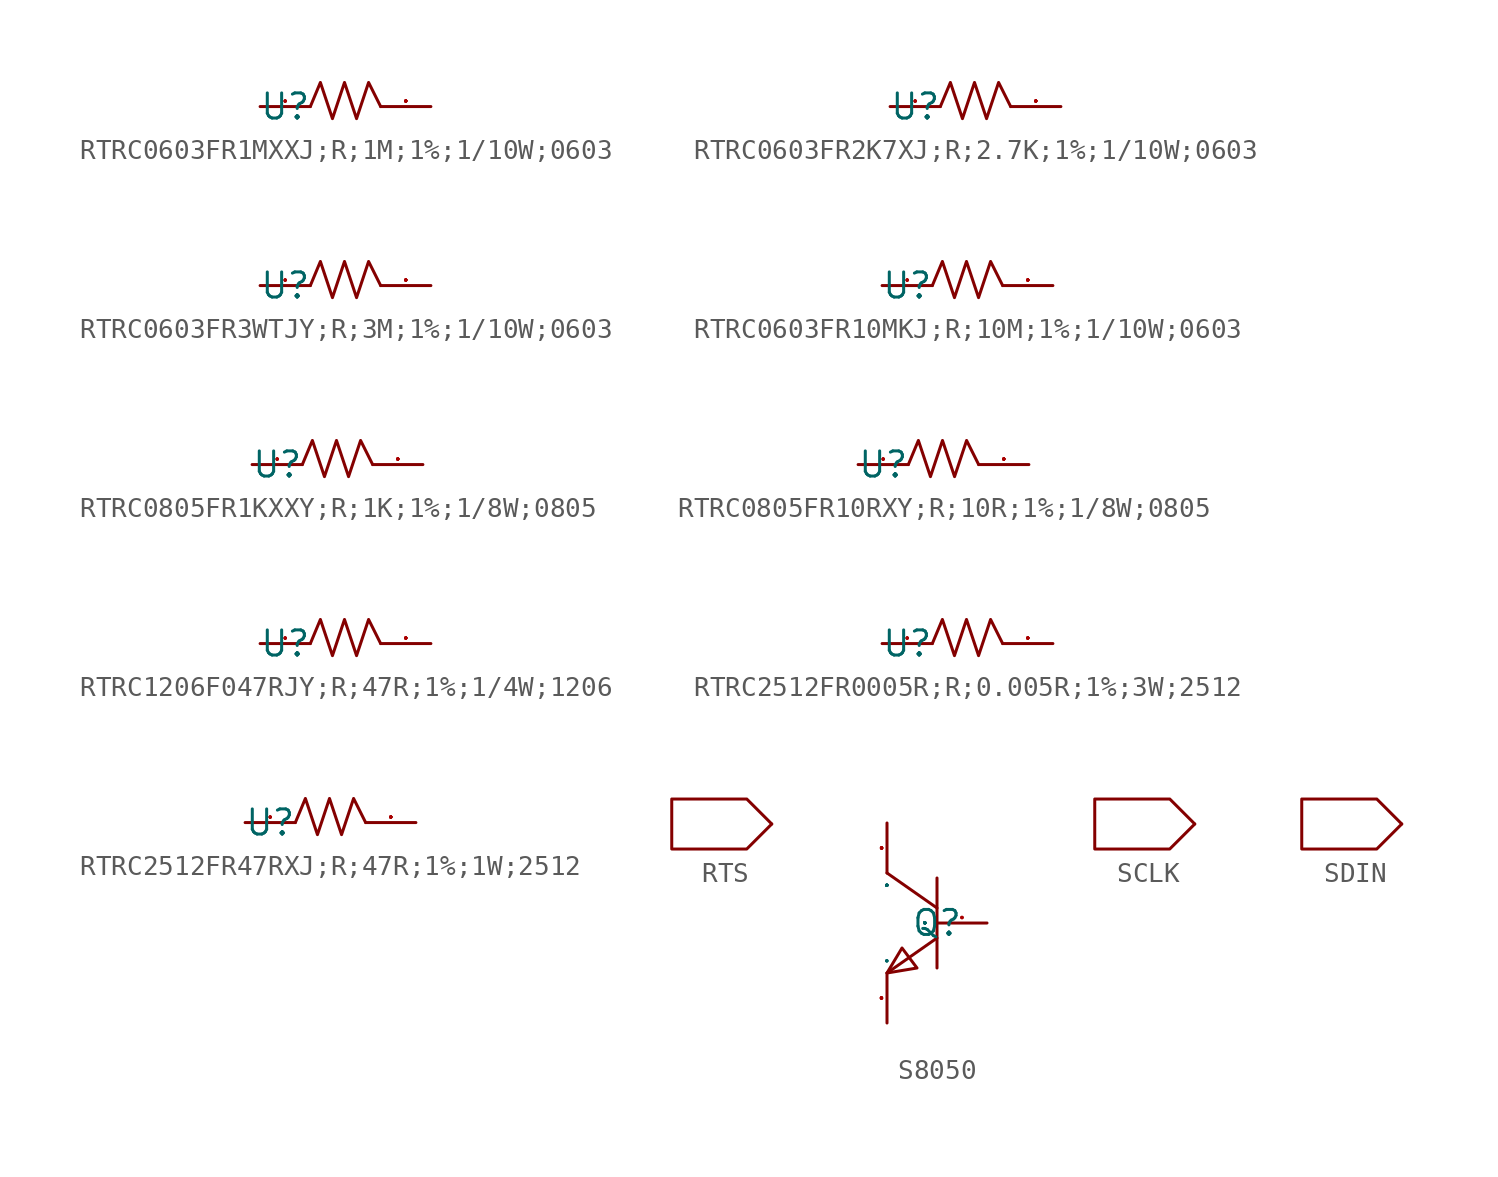
<source format=kicad_sym>
(kicad_symbol_lib
  (version 20231120)
  (generator "kicad_symbol_editor")
  (generator_version "8.0")
  (symbol "RTRC0603FR1MXXJ;R;1M;1%;1/10W;0603"
    (property "Reference" "U"
      (at 0 0 0)
      (effects (font (size 1.27 1.27))))
    (symbol "RTRC0603FR1MXXJ;R;1M;1%;1/10W;0603_1_0"
      (polyline (pts (xy 1.27 0) (xy 1.778 1.219) (xy 1.778 1.219) (xy 2.388 -0.61) (xy 2.388 -0.61) (xy 2.997 1.219) (xy 2.997 1.219) (xy 3.607 -0.61) (xy 3.607 -0.61) (xy 4.216 1.219) (xy 4.216 1.219) (xy 4.826 0)) (stroke (width 0) (type default)) (fill (type none)))
      (pin unspecified line (at -1.27 0 0) (length 2.54) (name "" (effects (font (size 0.025 0.025)))) (number "1" (effects (font (size 0.025 0.025)))))
      (pin unspecified line (at 7.366 0 180) (length 2.54) (name "" (effects (font (size 0.025 0.025)))) (number "2" (effects (font (size 0.025 0.025)))))))
  (symbol "RTRC0603FR2K7XJ;R;2.7K;1%;1/10W;0603"
    (property "Reference" "U"
      (at 0 0 0)
      (effects (font (size 1.27 1.27))))
    (symbol "RTRC0603FR2K7XJ;R;2.7K;1%;1/10W;0603_1_0"
      (polyline (pts (xy 1.27 0) (xy 1.778 1.219) (xy 1.778 1.219) (xy 2.388 -0.61) (xy 2.388 -0.61) (xy 2.997 1.219) (xy 2.997 1.219) (xy 3.607 -0.61) (xy 3.607 -0.61) (xy 4.216 1.219) (xy 4.216 1.219) (xy 4.826 0)) (stroke (width 0) (type default)) (fill (type none)))
      (pin unspecified line (at -1.27 0 0) (length 2.54) (name "" (effects (font (size 0.025 0.025)))) (number "1" (effects (font (size 0.025 0.025)))))
      (pin unspecified line (at 7.366 0 180) (length 2.54) (name "" (effects (font (size 0.025 0.025)))) (number "2" (effects (font (size 0.025 0.025)))))))
  (symbol "RTRC0603FR3WTJY;R;3M;1%;1/10W;0603"
    (property "Reference" "U"
      (at 0 0 0)
      (effects (font (size 1.27 1.27))))
    (symbol "RTRC0603FR3WTJY;R;3M;1%;1/10W;0603_1_0"
      (polyline (pts (xy 1.27 0) (xy 1.778 1.219) (xy 1.778 1.219) (xy 2.388 -0.61) (xy 2.388 -0.61) (xy 2.997 1.219) (xy 2.997 1.219) (xy 3.607 -0.61) (xy 3.607 -0.61) (xy 4.216 1.219) (xy 4.216 1.219) (xy 4.826 0)) (stroke (width 0) (type default)) (fill (type none)))
      (pin unspecified line (at -1.27 0 0) (length 2.54) (name "" (effects (font (size 0.025 0.025)))) (number "1" (effects (font (size 0.025 0.025)))))
      (pin unspecified line (at 7.366 0 180) (length 2.54) (name "" (effects (font (size 0.025 0.025)))) (number "2" (effects (font (size 0.025 0.025)))))))
  (symbol "RTRC0603FR10MKJ;R;10M;1%;1/10W;0603"
    (property "Reference" "U"
      (at 0 0 0)
      (effects (font (size 1.27 1.27))))
    (symbol "RTRC0603FR10MKJ;R;10M;1%;1/10W;0603_1_0"
      (polyline (pts (xy 1.27 0) (xy 1.778 1.219) (xy 1.778 1.219) (xy 2.388 -0.61) (xy 2.388 -0.61) (xy 2.997 1.219) (xy 2.997 1.219) (xy 3.607 -0.61) (xy 3.607 -0.61) (xy 4.216 1.219) (xy 4.216 1.219) (xy 4.826 0)) (stroke (width 0) (type default)) (fill (type none)))
      (pin unspecified line (at -1.27 0 0) (length 2.54) (name "" (effects (font (size 0.025 0.025)))) (number "1" (effects (font (size 0.025 0.025)))))
      (pin unspecified line (at 7.366 0 180) (length 2.54) (name "" (effects (font (size 0.025 0.025)))) (number "2" (effects (font (size 0.025 0.025)))))))
  (symbol "RTRC0805FR1KXXY;R;1K;1%;1/8W;0805"
    (property "Reference" "U"
      (at 0 0 0)
      (effects (font (size 1.27 1.27))))
    (symbol "RTRC0805FR1KXXY;R;1K;1%;1/8W;0805_1_0"
      (polyline (pts (xy 1.27 0) (xy 1.778 1.219) (xy 1.778 1.219) (xy 2.388 -0.61) (xy 2.388 -0.61) (xy 2.997 1.219) (xy 2.997 1.219) (xy 3.607 -0.61) (xy 3.607 -0.61) (xy 4.216 1.219) (xy 4.216 1.219) (xy 4.826 0)) (stroke (width 0) (type default)) (fill (type none)))
      (pin unspecified line (at -1.27 0 0) (length 2.54) (name "" (effects (font (size 0.025 0.025)))) (number "1" (effects (font (size 0.025 0.025)))))
      (pin unspecified line (at 7.366 0 180) (length 2.54) (name "" (effects (font (size 0.025 0.025)))) (number "2" (effects (font (size 0.025 0.025)))))))
  (symbol "RTRC0805FR10RXY;R;10R;1%;1/8W;0805"
    (property "Reference" "U"
      (at 0 0 0)
      (effects (font (size 1.27 1.27))))
    (symbol "RTRC0805FR10RXY;R;10R;1%;1/8W;0805_1_0"
      (polyline (pts (xy 1.27 0) (xy 1.778 1.219) (xy 1.778 1.219) (xy 2.388 -0.61) (xy 2.388 -0.61) (xy 2.997 1.219) (xy 2.997 1.219) (xy 3.607 -0.61) (xy 3.607 -0.61) (xy 4.216 1.219) (xy 4.216 1.219) (xy 4.826 0)) (stroke (width 0) (type default)) (fill (type none)))
      (pin unspecified line (at -1.27 0 0) (length 2.54) (name "" (effects (font (size 0.025 0.025)))) (number "1" (effects (font (size 0.025 0.025)))))
      (pin unspecified line (at 7.366 0 180) (length 2.54) (name "" (effects (font (size 0.025 0.025)))) (number "2" (effects (font (size 0.025 0.025)))))))
  (symbol "RTRC1206F047RJY;R;47R;1%;1/4W;1206"
    (property "Reference" "U"
      (at 0 0 0)
      (effects (font (size 1.27 1.27))))
    (symbol "RTRC1206F047RJY;R;47R;1%;1/4W;1206_1_0"
      (polyline (pts (xy 1.27 0) (xy 1.778 1.219) (xy 1.778 1.219) (xy 2.388 -0.61) (xy 2.388 -0.61) (xy 2.997 1.219) (xy 2.997 1.219) (xy 3.607 -0.61) (xy 3.607 -0.61) (xy 4.216 1.219) (xy 4.216 1.219) (xy 4.826 0)) (stroke (width 0) (type default)) (fill (type none)))
      (pin unspecified line (at -1.27 0 0) (length 2.54) (name "" (effects (font (size 0.025 0.025)))) (number "1" (effects (font (size 0.025 0.025)))))
      (pin unspecified line (at 7.366 0 180) (length 2.54) (name "" (effects (font (size 0.025 0.025)))) (number "2" (effects (font (size 0.025 0.025)))))))
  (symbol "RTRC2512FR0005R;R;0.005R;1%;3W;2512"
    (property "Reference" "U"
      (at 0 0 0)
      (effects (font (size 1.27 1.27))))
    (symbol "RTRC2512FR0005R;R;0.005R;1%;3W;2512_1_0"
      (polyline (pts (xy 1.27 0) (xy 1.778 1.219) (xy 1.778 1.219) (xy 2.388 -0.61) (xy 2.388 -0.61) (xy 2.997 1.219) (xy 2.997 1.219) (xy 3.607 -0.61) (xy 3.607 -0.61) (xy 4.216 1.219) (xy 4.216 1.219) (xy 4.826 0)) (stroke (width 0) (type default)) (fill (type none)))
      (pin unspecified line (at -1.27 0 0) (length 2.54) (name "" (effects (font (size 0.025 0.025)))) (number "1" (effects (font (size 0.025 0.025)))))
      (pin unspecified line (at 7.366 0 180) (length 2.54) (name "" (effects (font (size 0.025 0.025)))) (number "2" (effects (font (size 0.025 0.025)))))))
  (symbol "RTRC2512FR47RXJ;R;47R;1%;1W;2512"
    (property "Reference" "U"
      (at 0 0 0)
      (effects (font (size 1.27 1.27))))
    (symbol "RTRC2512FR47RXJ;R;47R;1%;1W;2512_1_0"
      (polyline (pts (xy 1.27 0) (xy 1.778 1.219) (xy 1.778 1.219) (xy 2.388 -0.61) (xy 2.388 -0.61) (xy 2.997 1.219) (xy 2.997 1.219) (xy 3.607 -0.61) (xy 3.607 -0.61) (xy 4.216 1.219) (xy 4.216 1.219) (xy 4.826 0)) (stroke (width 0) (type default)) (fill (type none)))
      (pin unspecified line (at -1.27 0 0) (length 2.54) (name "" (effects (font (size 0.025 0.025)))) (number "1" (effects (font (size 0.025 0.025)))))
      (pin unspecified line (at 7.366 0 180) (length 2.54) (name "" (effects (font (size 0.025 0.025)))) (number "2" (effects (font (size 0.025 0.025)))))))
  (symbol "RTS"
    (power)
    (pin_numbers hide)
    (pin_names hide)
    (property "Reference" "#PWR"
      (at 0 0 0)
      (effects (font (size 1.27 1.27)) (hide yes)))
    (property "Value" ""
      (at 0 0 0)
      (effects (font (size 1.27 1.27))))
    (symbol "RTS_1_0"
      (polyline (pts (xy 0 0) (xy -1.27 -1.27) (xy -1.27 -1.27) (xy -5.08 -1.27) (xy -5.08 -1.27) (xy -5.08 1.27) (xy -5.08 1.27) (xy -1.27 1.27) (xy -1.27 1.27) (xy 0 0)) (stroke (width 0) (type default)) (fill (type none)))
      (pin input line (at 0 0 0) (length 0) (name "" (effects (font (size 0.025 0.025)))) (number "1" (effects (font (size 0 0)))))))
  (symbol "S8050"
    (property "Reference" "Q"
      (at 0 0 0)
      (effects (font (size 1.27 1.27))))
    (property "Value" ""
      (at 0 0 0)
      (effects (font (size 1.27 1.27))))
    (symbol "S8050_1_0"
      (polyline (pts (xy -2.54 2.54) (xy 0 0.762)) (stroke (width 0) (type default)) (fill (type none)))
      (polyline (pts (xy 0 -0.762) (xy -2.54 -2.54)) (stroke (width 0) (type default)) (fill (type none)))
      (polyline (pts (xy 0 2.286) (xy 0 -2.286)) (stroke (width 0) (type default)) (fill (type none)))
      (polyline (pts (xy -2.54 -2.54) (xy -1.778 -1.27) (xy -1.778 -1.27) (xy -1.016 -2.286) (xy -1.016 -2.286) (xy -2.54 -2.54)) (stroke (width 0) (type default)) (fill (type none)))
      (pin input line (at 2.54 0 180) (length 2.54) (name "B" (effects (font (size 0.025 0.025)))) (number "1" (effects (font (size 0.025 0.025)))))
      (pin input line (at -2.54 -5.08 90) (length 2.54) (name "E" (effects (font (size 0.025 0.025)))) (number "2" (effects (font (size 0.025 0.025)))))
      (pin input line (at -2.54 5.08 270) (length 2.54) (name "C" (effects (font (size 0.025 0.025)))) (number "3" (effects (font (size 0.025 0.025)))))))
  (symbol "SCLK"
    (power)
    (pin_numbers hide)
    (pin_names hide)
    (property "Reference" "#PWR"
      (at 0 0 0)
      (effects (font (size 1.27 1.27)) (hide yes)))
    (property "Value" ""
      (at 0 0 0)
      (effects (font (size 1.27 1.27))))
    (symbol "SCLK_1_0"
      (polyline (pts (xy 0 0) (xy -1.27 -1.27) (xy -1.27 -1.27) (xy -5.08 -1.27) (xy -5.08 -1.27) (xy -5.08 1.27) (xy -5.08 1.27) (xy -1.27 1.27) (xy -1.27 1.27) (xy 0 0)) (stroke (width 0) (type default)) (fill (type none)))
      (pin input line (at 0 0 0) (length 0) (name "" (effects (font (size 0.025 0.025)))) (number "1" (effects (font (size 0 0)))))))
  (symbol "SDIN"
    (power)
    (pin_numbers hide)
    (pin_names hide)
    (property "Reference" "#PWR"
      (at 0 0 0)
      (effects (font (size 1.27 1.27)) (hide yes)))
    (property "Value" ""
      (at 0 0 0)
      (effects (font (size 1.27 1.27))))
    (symbol "SDIN_1_0"
      (polyline (pts (xy 0 0) (xy -1.27 -1.27) (xy -1.27 -1.27) (xy -5.08 -1.27) (xy -5.08 -1.27) (xy -5.08 1.27) (xy -5.08 1.27) (xy -1.27 1.27) (xy -1.27 1.27) (xy 0 0)) (stroke (width 0) (type default)) (fill (type none)))
      (pin input line (at 0 0 0) (length 0) (name "" (effects (font (size 0.025 0.025)))) (number "1" (effects (font (size 0 0))))))))
</source>
